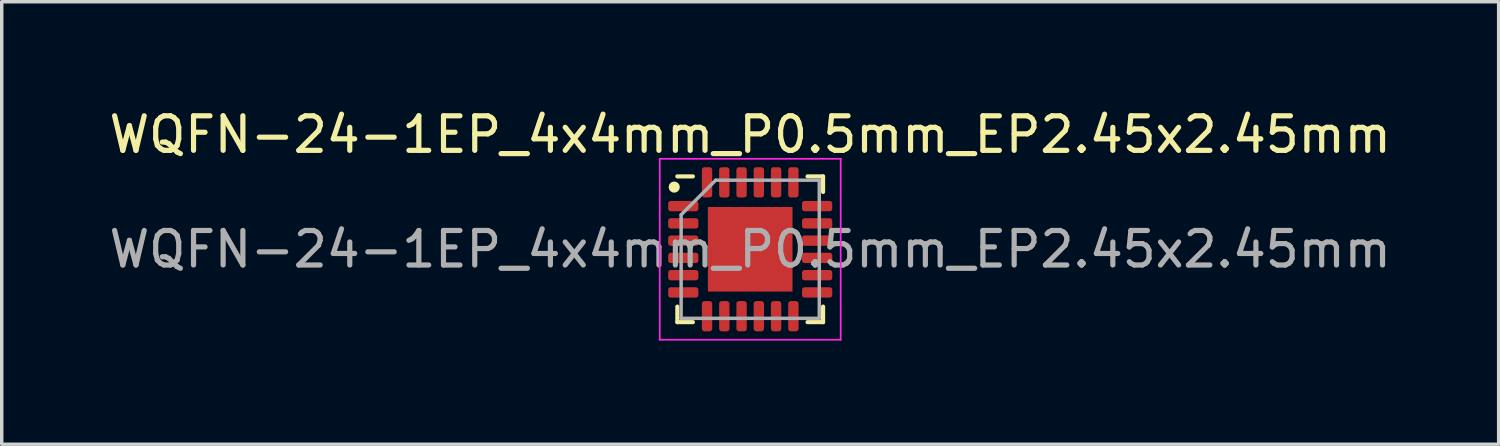
<source format=kicad_pcb>
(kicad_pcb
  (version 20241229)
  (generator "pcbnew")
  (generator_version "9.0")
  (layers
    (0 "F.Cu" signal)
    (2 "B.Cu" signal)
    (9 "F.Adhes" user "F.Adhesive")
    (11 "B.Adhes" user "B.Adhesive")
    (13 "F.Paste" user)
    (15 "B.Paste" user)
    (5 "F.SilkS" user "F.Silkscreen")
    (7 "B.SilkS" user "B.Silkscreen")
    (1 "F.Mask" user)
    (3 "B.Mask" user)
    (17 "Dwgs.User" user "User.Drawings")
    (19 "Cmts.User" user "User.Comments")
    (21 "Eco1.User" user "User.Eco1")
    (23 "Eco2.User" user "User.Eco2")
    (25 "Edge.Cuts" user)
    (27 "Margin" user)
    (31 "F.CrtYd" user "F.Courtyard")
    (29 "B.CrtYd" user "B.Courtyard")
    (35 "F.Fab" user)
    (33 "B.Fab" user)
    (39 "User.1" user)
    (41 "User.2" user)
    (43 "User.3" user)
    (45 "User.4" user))
  (footprint "WQFN-24-1EP_4x4mm_P0.5mm_EP2.45x2.45mm"
    (layer "F.Cu")
    (at 18.673 4.168)
    (property "Reference" "WQFN-24-1EP_4x4mm_P0.5mm_EP2.45x2.45mm" (at 0 -3.32 0) (layer "F.SilkS") (effects (font (size 1 1) (thickness 0.15))))
    (attr smd)
    (fp_line (start -2.11 2.11) (end -2.11 1.66) (stroke (width 0.12) (type solid)) (layer "F.SilkS"))
    (fp_line (start -1.66 -2.11) (end -2.11 -2.11) (stroke (width 0.12) (type solid)) (layer "F.SilkS"))
    (fp_line (start -1.66 2.11) (end -2.11 2.11) (stroke (width 0.12) (type solid)) (layer "F.SilkS"))
    (fp_line (start 1.66 -2.11) (end 2.11 -2.11) (stroke (width 0.12) (type solid)) (layer "F.SilkS"))
    (fp_line (start 1.66 2.11) (end 2.11 2.11) (stroke (width 0.12) (type solid)) (layer "F.SilkS"))
    (fp_line (start 2.11 -2.11) (end 2.11 -1.66) (stroke (width 0.12) (type solid)) (layer "F.SilkS"))
    (fp_line (start 2.11 2.11) (end 2.11 1.66) (stroke (width 0.12) (type solid)) (layer "F.SilkS"))
    (fp_circle (center -2.2 -1.8) (end -2.1 -1.8) (stroke (width 0.12) (type solid)) (fill yes) (layer "F.SilkS"))
    (fp_line (start -2.62 -2.62) (end -2.62 2.62) (stroke (width 0.05) (type solid)) (layer "F.CrtYd"))
    (fp_line (start -2.62 2.62) (end 2.62 2.62) (stroke (width 0.05) (type solid)) (layer "F.CrtYd"))
    (fp_line (start 2.62 -2.62) (end -2.62 -2.62) (stroke (width 0.05) (type solid)) (layer "F.CrtYd"))
    (fp_line (start 2.62 2.62) (end 2.62 -2.62) (stroke (width 0.05) (type solid)) (layer "F.CrtYd"))
    (fp_line (start -2 -1) (end -1 -2) (stroke (width 0.1) (type solid)) (layer "F.Fab"))
    (fp_line (start -2 2) (end -2 -1) (stroke (width 0.1) (type solid)) (layer "F.Fab"))
    (fp_line (start -1 -2) (end 2 -2) (stroke (width 0.1) (type solid)) (layer "F.Fab"))
    (fp_line (start 2 -2) (end 2 2) (stroke (width 0.1) (type solid)) (layer "F.Fab"))
    (fp_line (start 2 2) (end -2 2) (stroke (width 0.1) (type solid)) (layer "F.Fab"))
    (fp_text user "${REFERENCE}" (at 0 0 0) (layer "F.Fab") (effects (font (size 1 1) (thickness 0.15))))
    (pad "" smd roundrect (at -0.61 -0.61) (size 0.99 0.99) (layers "F.Paste") (roundrect_rratio 0.25))
    (pad "" smd roundrect (at -0.61 0.61) (size 0.99 0.99) (layers "F.Paste") (roundrect_rratio 0.25))
    (pad "" smd roundrect (at 0.61 -0.61) (size 0.99 0.99) (layers "F.Paste") (roundrect_rratio 0.25))
    (pad "" smd roundrect (at 0.61 0.61) (size 0.99 0.99) (layers "F.Paste") (roundrect_rratio 0.25))
    (pad "1" smd roundrect (at -1.938 -1.25) (size 0.875 0.3) (layers "F.Cu" "F.Mask" "F.Paste") (roundrect_rratio 0.25))
    (pad "2" smd roundrect (at -1.938 -0.75) (size 0.875 0.3) (layers "F.Cu" "F.Mask" "F.Paste") (roundrect_rratio 0.25))
    (pad "3" smd roundrect (at -1.938 -0.25) (size 0.875 0.3) (layers "F.Cu" "F.Mask" "F.Paste") (roundrect_rratio 0.25))
    (pad "4" smd roundrect (at -1.938 0.25) (size 0.875 0.3) (layers "F.Cu" "F.Mask" "F.Paste") (roundrect_rratio 0.25))
    (pad "5" smd roundrect (at -1.938 0.75) (size 0.875 0.3) (layers "F.Cu" "F.Mask" "F.Paste") (roundrect_rratio 0.25))
    (pad "6" smd roundrect (at -1.938 1.25) (size 0.875 0.3) (layers "F.Cu" "F.Mask" "F.Paste") (roundrect_rratio 0.25))
    (pad "7" smd roundrect (at -1.25 1.938) (size 0.3 0.875) (layers "F.Cu" "F.Mask" "F.Paste") (roundrect_rratio 0.25))
    (pad "8" smd roundrect (at -0.75 1.938) (size 0.3 0.875) (layers "F.Cu" "F.Mask" "F.Paste") (roundrect_rratio 0.25))
    (pad "9" smd roundrect (at -0.25 1.938) (size 0.3 0.875) (layers "F.Cu" "F.Mask" "F.Paste") (roundrect_rratio 0.25))
    (pad "10" smd roundrect (at 0.25 1.938) (size 0.3 0.875) (layers "F.Cu" "F.Mask" "F.Paste") (roundrect_rratio 0.25))
    (pad "11" smd roundrect (at 0.75 1.938) (size 0.3 0.875) (layers "F.Cu" "F.Mask" "F.Paste") (roundrect_rratio 0.25))
    (pad "12" smd roundrect (at 1.25 1.938) (size 0.3 0.875) (layers "F.Cu" "F.Mask" "F.Paste") (roundrect_rratio 0.25))
    (pad "13" smd roundrect (at 1.938 1.25) (size 0.875 0.3) (layers "F.Cu" "F.Mask" "F.Paste") (roundrect_rratio 0.25))
    (pad "14" smd roundrect (at 1.938 0.75) (size 0.875 0.3) (layers "F.Cu" "F.Mask" "F.Paste") (roundrect_rratio 0.25))
    (pad "15" smd roundrect (at 1.938 0.25) (size 0.875 0.3) (layers "F.Cu" "F.Mask" "F.Paste") (roundrect_rratio 0.25))
    (pad "16" smd roundrect (at 1.938 -0.25) (size 0.875 0.3) (layers "F.Cu" "F.Mask" "F.Paste") (roundrect_rratio 0.25))
    (pad "17" smd roundrect (at 1.938 -0.75) (size 0.875 0.3) (layers "F.Cu" "F.Mask" "F.Paste") (roundrect_rratio 0.25))
    (pad "18" smd roundrect (at 1.938 -1.25) (size 0.875 0.3) (layers "F.Cu" "F.Mask" "F.Paste") (roundrect_rratio 0.25))
    (pad "19" smd roundrect (at 1.25 -1.938) (size 0.3 0.875) (layers "F.Cu" "F.Mask" "F.Paste") (roundrect_rratio 0.25))
    (pad "20" smd roundrect (at 0.75 -1.938) (size 0.3 0.875) (layers "F.Cu" "F.Mask" "F.Paste") (roundrect_rratio 0.25))
    (pad "21" smd roundrect (at 0.25 -1.938) (size 0.3 0.875) (layers "F.Cu" "F.Mask" "F.Paste") (roundrect_rratio 0.25))
    (pad "22" smd roundrect (at -0.25 -1.938) (size 0.3 0.875) (layers "F.Cu" "F.Mask" "F.Paste") (roundrect_rratio 0.25))
    (pad "23" smd roundrect (at -0.75 -1.938) (size 0.3 0.875) (layers "F.Cu" "F.Mask" "F.Paste") (roundrect_rratio 0.25))
    (pad "24" smd roundrect (at -1.25 -1.938) (size 0.3 0.875) (layers "F.Cu" "F.Mask" "F.Paste") (roundrect_rratio 0.25))
    (pad "25" smd rect (at 0 0) (size 2.45 2.45) (layers "F.Cu" "F.Mask")))
  (gr_rect
    (start -3 -3)
    (end 40.345 9.813)
    (stroke (width 0.1) (type default))
    (fill no)
    (layer "Edge.Cuts")))
</source>
